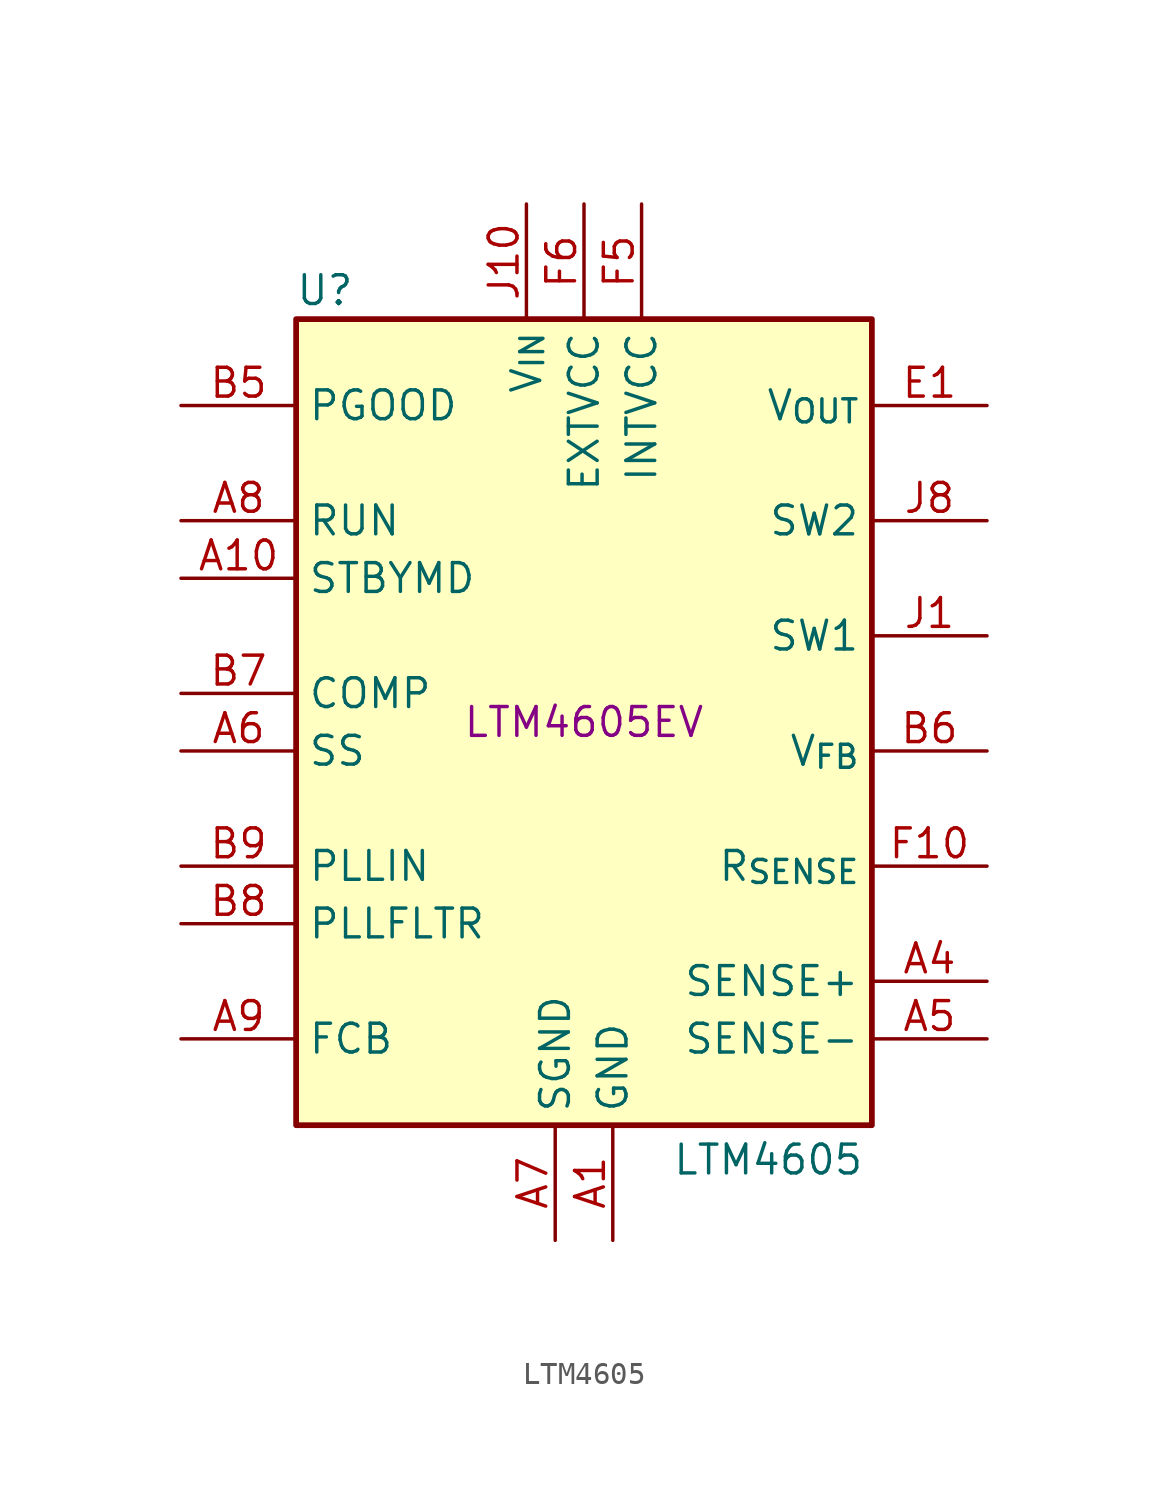
<source format=kicad_sym>
(kicad_symbol_lib
  (version 20241209)
  (generator "kicad_symbol_editor")
  (generator_version "9.0")
  (symbol "LTM4605"
    (property "Reference" "U"
      (at -11.43 19.05 0)
      (effects (font (size 1.27 1.27))))
    (property "Value" "LTM4605"
      (at 8.128 -19.304 0)
      (effects (font (size 1.27 1.27))))
    (property "Part Number" "LTM4605EV"
      (at 0 0 0)
      (effects (font (size 1.27 1.27))))
    (symbol "LTM4605_0_1"
      (rectangle (start -12.7 17.78) (end 12.7 -17.78) (stroke (width 0.254) (type default)) (fill (type background))))
    (symbol "LTM4605_1_0"
      (pin passive line (at 17.78 3.81 180) (length 5.08) (name "SW1" (effects (font (size 1.27 1.27)))) (number "J1" (effects (font (size 1.27 1.27))))))
    (symbol "LTM4605_1_1"
      (pin open_collector line (at -17.78 13.97 0) (length 5.08) (name "PGOOD" (effects (font (size 1.27 1.27)))) (number "B5" (effects (font (size 1.27 1.27)))))
      (pin input line (at -17.78 8.89 0) (length 5.08) (name "RUN" (effects (font (size 1.27 1.27)))) (number "A8" (effects (font (size 1.27 1.27)))))
      (pin input line (at -17.78 6.35 0) (length 5.08) (name "STBYMD" (effects (font (size 1.27 1.27)))) (number "A10" (effects (font (size 1.27 1.27)))))
      (pin passive line (at -17.78 1.27 0) (length 5.08) (name "COMP" (effects (font (size 1.27 1.27)))) (number "B7" (effects (font (size 1.27 1.27)))))
      (pin passive line (at -17.78 -1.27 0) (length 5.08) (name "SS" (effects (font (size 1.27 1.27)))) (number "A6" (effects (font (size 1.27 1.27)))))
      (pin input line (at -17.78 -6.35 0) (length 5.08) (name "PLLIN" (effects (font (size 1.27 1.27)))) (number "B9" (effects (font (size 1.27 1.27)))))
      (pin passive line (at -17.78 -8.89 0) (length 5.08) (name "PLLFLTR" (effects (font (size 1.27 1.27)))) (number "B8" (effects (font (size 1.27 1.27)))))
      (pin input line (at -17.78 -13.97 0) (length 5.08) (name "FCB" (effects (font (size 1.27 1.27)))) (number "A9" (effects (font (size 1.27 1.27)))))
      (pin power_in line (at -2.54 22.86 270) (length 5.08) (name "V_{IN}" (effects (font (size 1.27 1.27)))) (number "J10" (effects (font (size 1.27 1.27)))))
      (pin passive line (at -2.54 22.86 270) (length 5.08) (hide yes) (name "V_{IN}" (effects (font (size 1.27 1.27)))) (number "J11" (effects (font (size 1.27 1.27)))))
      (pin passive line (at -2.54 22.86 270) (length 5.08) (hide yes) (name "V_{IN}" (effects (font (size 1.27 1.27)))) (number "J12" (effects (font (size 1.27 1.27)))))
      (pin passive line (at -2.54 22.86 270) (length 5.08) (hide yes) (name "V_{IN}" (effects (font (size 1.27 1.27)))) (number "K10" (effects (font (size 1.27 1.27)))))
      (pin passive line (at -2.54 22.86 270) (length 5.08) (hide yes) (name "V_{IN}" (effects (font (size 1.27 1.27)))) (number "K11" (effects (font (size 1.27 1.27)))))
      (pin passive line (at -2.54 22.86 270) (length 5.08) (hide yes) (name "V_{IN}" (effects (font (size 1.27 1.27)))) (number "K12" (effects (font (size 1.27 1.27)))))
      (pin passive line (at -2.54 22.86 270) (length 5.08) (hide yes) (name "V_{IN}" (effects (font (size 1.27 1.27)))) (number "L10" (effects (font (size 1.27 1.27)))))
      (pin passive line (at -2.54 22.86 270) (length 5.08) (hide yes) (name "V_{IN}" (effects (font (size 1.27 1.27)))) (number "L11" (effects (font (size 1.27 1.27)))))
      (pin passive line (at -2.54 22.86 270) (length 5.08) (hide yes) (name "V_{IN}" (effects (font (size 1.27 1.27)))) (number "L12" (effects (font (size 1.27 1.27)))))
      (pin passive line (at -2.54 22.86 270) (length 5.08) (hide yes) (name "V_{IN}" (effects (font (size 1.27 1.27)))) (number "M10" (effects (font (size 1.27 1.27)))))
      (pin passive line (at -2.54 22.86 270) (length 5.08) (hide yes) (name "V_{IN}" (effects (font (size 1.27 1.27)))) (number "M11" (effects (font (size 1.27 1.27)))))
      (pin passive line (at -2.54 22.86 270) (length 5.08) (hide yes) (name "V_{IN}" (effects (font (size 1.27 1.27)))) (number "M12" (effects (font (size 1.27 1.27)))))
      (pin power_in line (at -1.27 -22.86 90) (length 5.08) (name "SGND" (effects (font (size 1.27 1.27)))) (number "A7" (effects (font (size 1.27 1.27)))))
      (pin power_in line (at 0 22.86 270) (length 5.08) (name "EXTVCC" (effects (font (size 1.27 1.27)))) (number "F6" (effects (font (size 1.27 1.27)))))
      (pin power_in line (at 1.27 -22.86 90) (length 5.08) (name "GND" (effects (font (size 1.27 1.27)))) (number "A1" (effects (font (size 1.27 1.27)))))
      (pin passive line (at 1.27 -22.86 90) (length 5.08) (hide yes) (name "GND" (effects (font (size 1.27 1.27)))) (number "A11" (effects (font (size 1.27 1.27)))))
      (pin passive line (at 1.27 -22.86 90) (length 5.08) (hide yes) (name "GND" (effects (font (size 1.27 1.27)))) (number "A12" (effects (font (size 1.27 1.27)))))
      (pin passive line (at 1.27 -22.86 90) (length 5.08) (hide yes) (name "GND" (effects (font (size 1.27 1.27)))) (number "A2" (effects (font (size 1.27 1.27)))))
      (pin passive line (at 1.27 -22.86 90) (length 5.08) (hide yes) (name "GND" (effects (font (size 1.27 1.27)))) (number "A3" (effects (font (size 1.27 1.27)))))
      (pin passive line (at 1.27 -22.86 90) (length 5.08) (hide yes) (name "GND" (effects (font (size 1.27 1.27)))) (number "B1" (effects (font (size 1.27 1.27)))))
      (pin passive line (at 1.27 -22.86 90) (length 5.08) (hide yes) (name "GND" (effects (font (size 1.27 1.27)))) (number "B10" (effects (font (size 1.27 1.27)))))
      (pin passive line (at 1.27 -22.86 90) (length 5.08) (hide yes) (name "GND" (effects (font (size 1.27 1.27)))) (number "B11" (effects (font (size 1.27 1.27)))))
      (pin passive line (at 1.27 -22.86 90) (length 5.08) (hide yes) (name "GND" (effects (font (size 1.27 1.27)))) (number "B12" (effects (font (size 1.27 1.27)))))
      (pin passive line (at 1.27 -22.86 90) (length 5.08) (hide yes) (name "GND" (effects (font (size 1.27 1.27)))) (number "B2" (effects (font (size 1.27 1.27)))))
      (pin passive line (at 1.27 -22.86 90) (length 5.08) (hide yes) (name "GND" (effects (font (size 1.27 1.27)))) (number "B3" (effects (font (size 1.27 1.27)))))
      (pin passive line (at 1.27 -22.86 90) (length 5.08) (hide yes) (name "GND" (effects (font (size 1.27 1.27)))) (number "B4" (effects (font (size 1.27 1.27)))))
      (pin passive line (at 1.27 -22.86 90) (length 5.08) (hide yes) (name "GND" (effects (font (size 1.27 1.27)))) (number "C1" (effects (font (size 1.27 1.27)))))
      (pin passive line (at 1.27 -22.86 90) (length 5.08) (hide yes) (name "GND" (effects (font (size 1.27 1.27)))) (number "C10" (effects (font (size 1.27 1.27)))))
      (pin passive line (at 1.27 -22.86 90) (length 5.08) (hide yes) (name "GND" (effects (font (size 1.27 1.27)))) (number "C11" (effects (font (size 1.27 1.27)))))
      (pin passive line (at 1.27 -22.86 90) (length 5.08) (hide yes) (name "GND" (effects (font (size 1.27 1.27)))) (number "C12" (effects (font (size 1.27 1.27)))))
      (pin passive line (at 1.27 -22.86 90) (length 5.08) (hide yes) (name "GND" (effects (font (size 1.27 1.27)))) (number "C2" (effects (font (size 1.27 1.27)))))
      (pin passive line (at 1.27 -22.86 90) (length 5.08) (hide yes) (name "GND" (effects (font (size 1.27 1.27)))) (number "C3" (effects (font (size 1.27 1.27)))))
      (pin passive line (at 1.27 -22.86 90) (length 5.08) (hide yes) (name "GND" (effects (font (size 1.27 1.27)))) (number "C4" (effects (font (size 1.27 1.27)))))
      (pin passive line (at 1.27 -22.86 90) (length 5.08) (hide yes) (name "GND" (effects (font (size 1.27 1.27)))) (number "C5" (effects (font (size 1.27 1.27)))))
      (pin passive line (at 1.27 -22.86 90) (length 5.08) (hide yes) (name "GND" (effects (font (size 1.27 1.27)))) (number "C6" (effects (font (size 1.27 1.27)))))
      (pin passive line (at 1.27 -22.86 90) (length 5.08) (hide yes) (name "GND" (effects (font (size 1.27 1.27)))) (number "C7" (effects (font (size 1.27 1.27)))))
      (pin passive line (at 1.27 -22.86 90) (length 5.08) (hide yes) (name "GND" (effects (font (size 1.27 1.27)))) (number "C8" (effects (font (size 1.27 1.27)))))
      (pin passive line (at 1.27 -22.86 90) (length 5.08) (hide yes) (name "GND" (effects (font (size 1.27 1.27)))) (number "C9" (effects (font (size 1.27 1.27)))))
      (pin passive line (at 1.27 -22.86 90) (length 5.08) (hide yes) (name "GND" (effects (font (size 1.27 1.27)))) (number "D1" (effects (font (size 1.27 1.27)))))
      (pin passive line (at 1.27 -22.86 90) (length 5.08) (hide yes) (name "GND" (effects (font (size 1.27 1.27)))) (number "D10" (effects (font (size 1.27 1.27)))))
      (pin passive line (at 1.27 -22.86 90) (length 5.08) (hide yes) (name "GND" (effects (font (size 1.27 1.27)))) (number "D11" (effects (font (size 1.27 1.27)))))
      (pin passive line (at 1.27 -22.86 90) (length 5.08) (hide yes) (name "GND" (effects (font (size 1.27 1.27)))) (number "D12" (effects (font (size 1.27 1.27)))))
      (pin passive line (at 1.27 -22.86 90) (length 5.08) (hide yes) (name "GND" (effects (font (size 1.27 1.27)))) (number "D2" (effects (font (size 1.27 1.27)))))
      (pin passive line (at 1.27 -22.86 90) (length 5.08) (hide yes) (name "GND" (effects (font (size 1.27 1.27)))) (number "D3" (effects (font (size 1.27 1.27)))))
      (pin passive line (at 1.27 -22.86 90) (length 5.08) (hide yes) (name "GND" (effects (font (size 1.27 1.27)))) (number "D4" (effects (font (size 1.27 1.27)))))
      (pin passive line (at 1.27 -22.86 90) (length 5.08) (hide yes) (name "GND" (effects (font (size 1.27 1.27)))) (number "D5" (effects (font (size 1.27 1.27)))))
      (pin passive line (at 1.27 -22.86 90) (length 5.08) (hide yes) (name "GND" (effects (font (size 1.27 1.27)))) (number "D6" (effects (font (size 1.27 1.27)))))
      (pin passive line (at 1.27 -22.86 90) (length 5.08) (hide yes) (name "GND" (effects (font (size 1.27 1.27)))) (number "D7" (effects (font (size 1.27 1.27)))))
      (pin passive line (at 1.27 -22.86 90) (length 5.08) (hide yes) (name "GND" (effects (font (size 1.27 1.27)))) (number "D8" (effects (font (size 1.27 1.27)))))
      (pin passive line (at 1.27 -22.86 90) (length 5.08) (hide yes) (name "GND" (effects (font (size 1.27 1.27)))) (number "D9" (effects (font (size 1.27 1.27)))))
      (pin passive line (at 1.27 -22.86 90) (length 5.08) (hide yes) (name "GND" (effects (font (size 1.27 1.27)))) (number "E10" (effects (font (size 1.27 1.27)))))
      (pin passive line (at 1.27 -22.86 90) (length 5.08) (hide yes) (name "GND" (effects (font (size 1.27 1.27)))) (number "E11" (effects (font (size 1.27 1.27)))))
      (pin passive line (at 1.27 -22.86 90) (length 5.08) (hide yes) (name "GND" (effects (font (size 1.27 1.27)))) (number "E12" (effects (font (size 1.27 1.27)))))
      (pin passive line (at 1.27 -22.86 90) (length 5.08) (hide yes) (name "GND" (effects (font (size 1.27 1.27)))) (number "E3" (effects (font (size 1.27 1.27)))))
      (pin passive line (at 1.27 -22.86 90) (length 5.08) (hide yes) (name "GND" (effects (font (size 1.27 1.27)))) (number "E4" (effects (font (size 1.27 1.27)))))
      (pin passive line (at 1.27 -22.86 90) (length 5.08) (hide yes) (name "GND" (effects (font (size 1.27 1.27)))) (number "E5" (effects (font (size 1.27 1.27)))))
      (pin passive line (at 1.27 -22.86 90) (length 5.08) (hide yes) (name "GND" (effects (font (size 1.27 1.27)))) (number "E6" (effects (font (size 1.27 1.27)))))
      (pin passive line (at 1.27 -22.86 90) (length 5.08) (hide yes) (name "GND" (effects (font (size 1.27 1.27)))) (number "E7" (effects (font (size 1.27 1.27)))))
      (pin passive line (at 1.27 -22.86 90) (length 5.08) (hide yes) (name "GND" (effects (font (size 1.27 1.27)))) (number "E8" (effects (font (size 1.27 1.27)))))
      (pin passive line (at 1.27 -22.86 90) (length 5.08) (hide yes) (name "GND" (effects (font (size 1.27 1.27)))) (number "E9" (effects (font (size 1.27 1.27)))))
      (pin power_out line (at 2.54 22.86 270) (length 5.08) (name "INTVCC" (effects (font (size 1.27 1.27)))) (number "F5" (effects (font (size 1.27 1.27)))))
      (pin power_out line (at 17.78 13.97 180) (length 5.08) (name "V_{OUT}" (effects (font (size 1.27 1.27)))) (number "E1" (effects (font (size 1.27 1.27)))))
      (pin passive line (at 17.78 13.97 180) (length 5.08) (hide yes) (name "V_{OUT}" (effects (font (size 1.27 1.27)))) (number "E2" (effects (font (size 1.27 1.27)))))
      (pin passive line (at 17.78 13.97 180) (length 5.08) (hide yes) (name "V_{OUT}" (effects (font (size 1.27 1.27)))) (number "F1" (effects (font (size 1.27 1.27)))))
      (pin passive line (at 17.78 13.97 180) (length 5.08) (hide yes) (name "V_{OUT}" (effects (font (size 1.27 1.27)))) (number "F2" (effects (font (size 1.27 1.27)))))
      (pin passive line (at 17.78 13.97 180) (length 5.08) (hide yes) (name "V_{OUT}" (effects (font (size 1.27 1.27)))) (number "F3" (effects (font (size 1.27 1.27)))))
      (pin passive line (at 17.78 13.97 180) (length 5.08) (hide yes) (name "V_{OUT}" (effects (font (size 1.27 1.27)))) (number "F4" (effects (font (size 1.27 1.27)))))
      (pin passive line (at 17.78 13.97 180) (length 5.08) (hide yes) (name "V_{OUT}" (effects (font (size 1.27 1.27)))) (number "G1" (effects (font (size 1.27 1.27)))))
      (pin passive line (at 17.78 13.97 180) (length 5.08) (hide yes) (name "V_{OUT}" (effects (font (size 1.27 1.27)))) (number "G2" (effects (font (size 1.27 1.27)))))
      (pin passive line (at 17.78 13.97 180) (length 5.08) (hide yes) (name "V_{OUT}" (effects (font (size 1.27 1.27)))) (number "G3" (effects (font (size 1.27 1.27)))))
      (pin passive line (at 17.78 13.97 180) (length 5.08) (hide yes) (name "V_{OUT}" (effects (font (size 1.27 1.27)))) (number "G4" (effects (font (size 1.27 1.27)))))
      (pin passive line (at 17.78 13.97 180) (length 5.08) (hide yes) (name "V_{OUT}" (effects (font (size 1.27 1.27)))) (number "H1" (effects (font (size 1.27 1.27)))))
      (pin passive line (at 17.78 13.97 180) (length 5.08) (hide yes) (name "V_{OUT}" (effects (font (size 1.27 1.27)))) (number "H2" (effects (font (size 1.27 1.27)))))
      (pin passive line (at 17.78 13.97 180) (length 5.08) (hide yes) (name "V_{OUT}" (effects (font (size 1.27 1.27)))) (number "H3" (effects (font (size 1.27 1.27)))))
      (pin passive line (at 17.78 13.97 180) (length 5.08) (hide yes) (name "V_{OUT}" (effects (font (size 1.27 1.27)))) (number "H4" (effects (font (size 1.27 1.27)))))
      (pin passive line (at 17.78 8.89 180) (length 5.08) (name "SW2" (effects (font (size 1.27 1.27)))) (number "J8" (effects (font (size 1.27 1.27)))))
      (pin passive line (at 17.78 8.89 180) (length 5.08) (hide yes) (name "SW2" (effects (font (size 1.27 1.27)))) (number "J9" (effects (font (size 1.27 1.27)))))
      (pin passive line (at 17.78 8.89 180) (length 5.08) (hide yes) (name "SW2" (effects (font (size 1.27 1.27)))) (number "K7" (effects (font (size 1.27 1.27)))))
      (pin passive line (at 17.78 8.89 180) (length 5.08) (hide yes) (name "SW2" (effects (font (size 1.27 1.27)))) (number "K8" (effects (font (size 1.27 1.27)))))
      (pin passive line (at 17.78 8.89 180) (length 5.08) (hide yes) (name "SW2" (effects (font (size 1.27 1.27)))) (number "K9" (effects (font (size 1.27 1.27)))))
      (pin passive line (at 17.78 8.89 180) (length 5.08) (hide yes) (name "SW2" (effects (font (size 1.27 1.27)))) (number "L7" (effects (font (size 1.27 1.27)))))
      (pin passive line (at 17.78 8.89 180) (length 5.08) (hide yes) (name "SW2" (effects (font (size 1.27 1.27)))) (number "L8" (effects (font (size 1.27 1.27)))))
      (pin passive line (at 17.78 8.89 180) (length 5.08) (hide yes) (name "SW2" (effects (font (size 1.27 1.27)))) (number "L9" (effects (font (size 1.27 1.27)))))
      (pin passive line (at 17.78 8.89 180) (length 5.08) (hide yes) (name "SW2" (effects (font (size 1.27 1.27)))) (number "M7" (effects (font (size 1.27 1.27)))))
      (pin passive line (at 17.78 8.89 180) (length 5.08) (hide yes) (name "SW2" (effects (font (size 1.27 1.27)))) (number "M8" (effects (font (size 1.27 1.27)))))
      (pin passive line (at 17.78 8.89 180) (length 5.08) (hide yes) (name "SW2" (effects (font (size 1.27 1.27)))) (number "M9" (effects (font (size 1.27 1.27)))))
      (pin passive line (at 17.78 3.81 180) (length 5.08) (hide yes) (name "SW1" (effects (font (size 1.27 1.27)))) (number "J2" (effects (font (size 1.27 1.27)))))
      (pin passive line (at 17.78 3.81 180) (length 5.08) (hide yes) (name "SW1" (effects (font (size 1.27 1.27)))) (number "J3" (effects (font (size 1.27 1.27)))))
      (pin passive line (at 17.78 3.81 180) (length 5.08) (hide yes) (name "SW1" (effects (font (size 1.27 1.27)))) (number "J4" (effects (font (size 1.27 1.27)))))
      (pin passive line (at 17.78 3.81 180) (length 5.08) (hide yes) (name "SW1" (effects (font (size 1.27 1.27)))) (number "K1" (effects (font (size 1.27 1.27)))))
      (pin passive line (at 17.78 3.81 180) (length 5.08) (hide yes) (name "SW1" (effects (font (size 1.27 1.27)))) (number "K2" (effects (font (size 1.27 1.27)))))
      (pin passive line (at 17.78 3.81 180) (length 5.08) (hide yes) (name "SW1" (effects (font (size 1.27 1.27)))) (number "K3" (effects (font (size 1.27 1.27)))))
      (pin passive line (at 17.78 3.81 180) (length 5.08) (hide yes) (name "SW1" (effects (font (size 1.27 1.27)))) (number "K4" (effects (font (size 1.27 1.27)))))
      (pin passive line (at 17.78 3.81 180) (length 5.08) (hide yes) (name "SW1" (effects (font (size 1.27 1.27)))) (number "L1" (effects (font (size 1.27 1.27)))))
      (pin passive line (at 17.78 3.81 180) (length 5.08) (hide yes) (name "SW1" (effects (font (size 1.27 1.27)))) (number "L2" (effects (font (size 1.27 1.27)))))
      (pin passive line (at 17.78 3.81 180) (length 5.08) (hide yes) (name "SW1" (effects (font (size 1.27 1.27)))) (number "L3" (effects (font (size 1.27 1.27)))))
      (pin passive line (at 17.78 3.81 180) (length 5.08) (hide yes) (name "SW1" (effects (font (size 1.27 1.27)))) (number "L4" (effects (font (size 1.27 1.27)))))
      (pin passive line (at 17.78 3.81 180) (length 5.08) (hide yes) (name "SW1" (effects (font (size 1.27 1.27)))) (number "M1" (effects (font (size 1.27 1.27)))))
      (pin passive line (at 17.78 3.81 180) (length 5.08) (hide yes) (name "SW1" (effects (font (size 1.27 1.27)))) (number "M2" (effects (font (size 1.27 1.27)))))
      (pin passive line (at 17.78 3.81 180) (length 5.08) (hide yes) (name "SW1" (effects (font (size 1.27 1.27)))) (number "M3" (effects (font (size 1.27 1.27)))))
      (pin passive line (at 17.78 3.81 180) (length 5.08) (hide yes) (name "SW1" (effects (font (size 1.27 1.27)))) (number "M4" (effects (font (size 1.27 1.27)))))
      (pin input line (at 17.78 -1.27 180) (length 5.08) (name "V_{FB}" (effects (font (size 1.27 1.27)))) (number "B6" (effects (font (size 1.27 1.27)))))
      (pin passive line (at 17.78 -6.35 180) (length 5.08) (name "R_{SENSE}" (effects (font (size 1.27 1.27)))) (number "F10" (effects (font (size 1.27 1.27)))))
      (pin passive line (at 17.78 -6.35 180) (length 5.08) (hide yes) (name "R_{SENSE}" (effects (font (size 1.27 1.27)))) (number "F11" (effects (font (size 1.27 1.27)))))
      (pin passive line (at 17.78 -6.35 180) (length 5.08) (hide yes) (name "R_{SENSE}" (effects (font (size 1.27 1.27)))) (number "F12" (effects (font (size 1.27 1.27)))))
      (pin passive line (at 17.78 -6.35 180) (length 5.08) (hide yes) (name "R_{SENSE}" (effects (font (size 1.27 1.27)))) (number "G10" (effects (font (size 1.27 1.27)))))
      (pin passive line (at 17.78 -6.35 180) (length 5.08) (hide yes) (name "R_{SENSE}" (effects (font (size 1.27 1.27)))) (number "G11" (effects (font (size 1.27 1.27)))))
      (pin passive line (at 17.78 -6.35 180) (length 5.08) (hide yes) (name "R_{SENSE}" (effects (font (size 1.27 1.27)))) (number "G12" (effects (font (size 1.27 1.27)))))
      (pin passive line (at 17.78 -6.35 180) (length 5.08) (hide yes) (name "R_{SENSE}" (effects (font (size 1.27 1.27)))) (number "G5" (effects (font (size 1.27 1.27)))))
      (pin passive line (at 17.78 -6.35 180) (length 5.08) (hide yes) (name "R_{SENSE}" (effects (font (size 1.27 1.27)))) (number "G6" (effects (font (size 1.27 1.27)))))
      (pin passive line (at 17.78 -6.35 180) (length 5.08) (hide yes) (name "R_{SENSE}" (effects (font (size 1.27 1.27)))) (number "G7" (effects (font (size 1.27 1.27)))))
      (pin passive line (at 17.78 -6.35 180) (length 5.08) (hide yes) (name "R_{SENSE}" (effects (font (size 1.27 1.27)))) (number "G8" (effects (font (size 1.27 1.27)))))
      (pin passive line (at 17.78 -6.35 180) (length 5.08) (hide yes) (name "R_{SENSE}" (effects (font (size 1.27 1.27)))) (number "G9" (effects (font (size 1.27 1.27)))))
      (pin passive line (at 17.78 -6.35 180) (length 5.08) (hide yes) (name "R_{SENSE}" (effects (font (size 1.27 1.27)))) (number "H10" (effects (font (size 1.27 1.27)))))
      (pin passive line (at 17.78 -6.35 180) (length 5.08) (hide yes) (name "R_{SENSE}" (effects (font (size 1.27 1.27)))) (number "H11" (effects (font (size 1.27 1.27)))))
      (pin passive line (at 17.78 -6.35 180) (length 5.08) (hide yes) (name "R_{SENSE}" (effects (font (size 1.27 1.27)))) (number "H12" (effects (font (size 1.27 1.27)))))
      (pin passive line (at 17.78 -6.35 180) (length 5.08) (hide yes) (name "R_{SENSE}" (effects (font (size 1.27 1.27)))) (number "H5" (effects (font (size 1.27 1.27)))))
      (pin passive line (at 17.78 -6.35 180) (length 5.08) (hide yes) (name "R_{SENSE}" (effects (font (size 1.27 1.27)))) (number "H6" (effects (font (size 1.27 1.27)))))
      (pin passive line (at 17.78 -6.35 180) (length 5.08) (hide yes) (name "R_{SENSE}" (effects (font (size 1.27 1.27)))) (number "H7" (effects (font (size 1.27 1.27)))))
      (pin passive line (at 17.78 -6.35 180) (length 5.08) (hide yes) (name "R_{SENSE}" (effects (font (size 1.27 1.27)))) (number "H8" (effects (font (size 1.27 1.27)))))
      (pin passive line (at 17.78 -6.35 180) (length 5.08) (hide yes) (name "R_{SENSE}" (effects (font (size 1.27 1.27)))) (number "H9" (effects (font (size 1.27 1.27)))))
      (pin passive line (at 17.78 -6.35 180) (length 5.08) (hide yes) (name "R_{SENSE}" (effects (font (size 1.27 1.27)))) (number "J5" (effects (font (size 1.27 1.27)))))
      (pin passive line (at 17.78 -6.35 180) (length 5.08) (hide yes) (name "R_{SENSE}" (effects (font (size 1.27 1.27)))) (number "J6" (effects (font (size 1.27 1.27)))))
      (pin passive line (at 17.78 -6.35 180) (length 5.08) (hide yes) (name "R_{SENSE}" (effects (font (size 1.27 1.27)))) (number "J7" (effects (font (size 1.27 1.27)))))
      (pin passive line (at 17.78 -6.35 180) (length 5.08) (hide yes) (name "R_{SENSE}" (effects (font (size 1.27 1.27)))) (number "K5" (effects (font (size 1.27 1.27)))))
      (pin passive line (at 17.78 -6.35 180) (length 5.08) (hide yes) (name "R_{SENSE}" (effects (font (size 1.27 1.27)))) (number "K6" (effects (font (size 1.27 1.27)))))
      (pin passive line (at 17.78 -6.35 180) (length 5.08) (hide yes) (name "R_{SENSE}" (effects (font (size 1.27 1.27)))) (number "L5" (effects (font (size 1.27 1.27)))))
      (pin passive line (at 17.78 -6.35 180) (length 5.08) (hide yes) (name "R_{SENSE}" (effects (font (size 1.27 1.27)))) (number "L6" (effects (font (size 1.27 1.27)))))
      (pin passive line (at 17.78 -6.35 180) (length 5.08) (hide yes) (name "R_{SENSE}" (effects (font (size 1.27 1.27)))) (number "M5" (effects (font (size 1.27 1.27)))))
      (pin passive line (at 17.78 -6.35 180) (length 5.08) (hide yes) (name "R_{SENSE}" (effects (font (size 1.27 1.27)))) (number "M6" (effects (font (size 1.27 1.27)))))
      (pin passive line (at 17.78 -11.43 180) (length 5.08) (name "SENSE+" (effects (font (size 1.27 1.27)))) (number "A4" (effects (font (size 1.27 1.27)))))
      (pin passive line (at 17.78 -13.97 180) (length 5.08) (name "SENSE-" (effects (font (size 1.27 1.27)))) (number "A5" (effects (font (size 1.27 1.27))))))))
</source>
